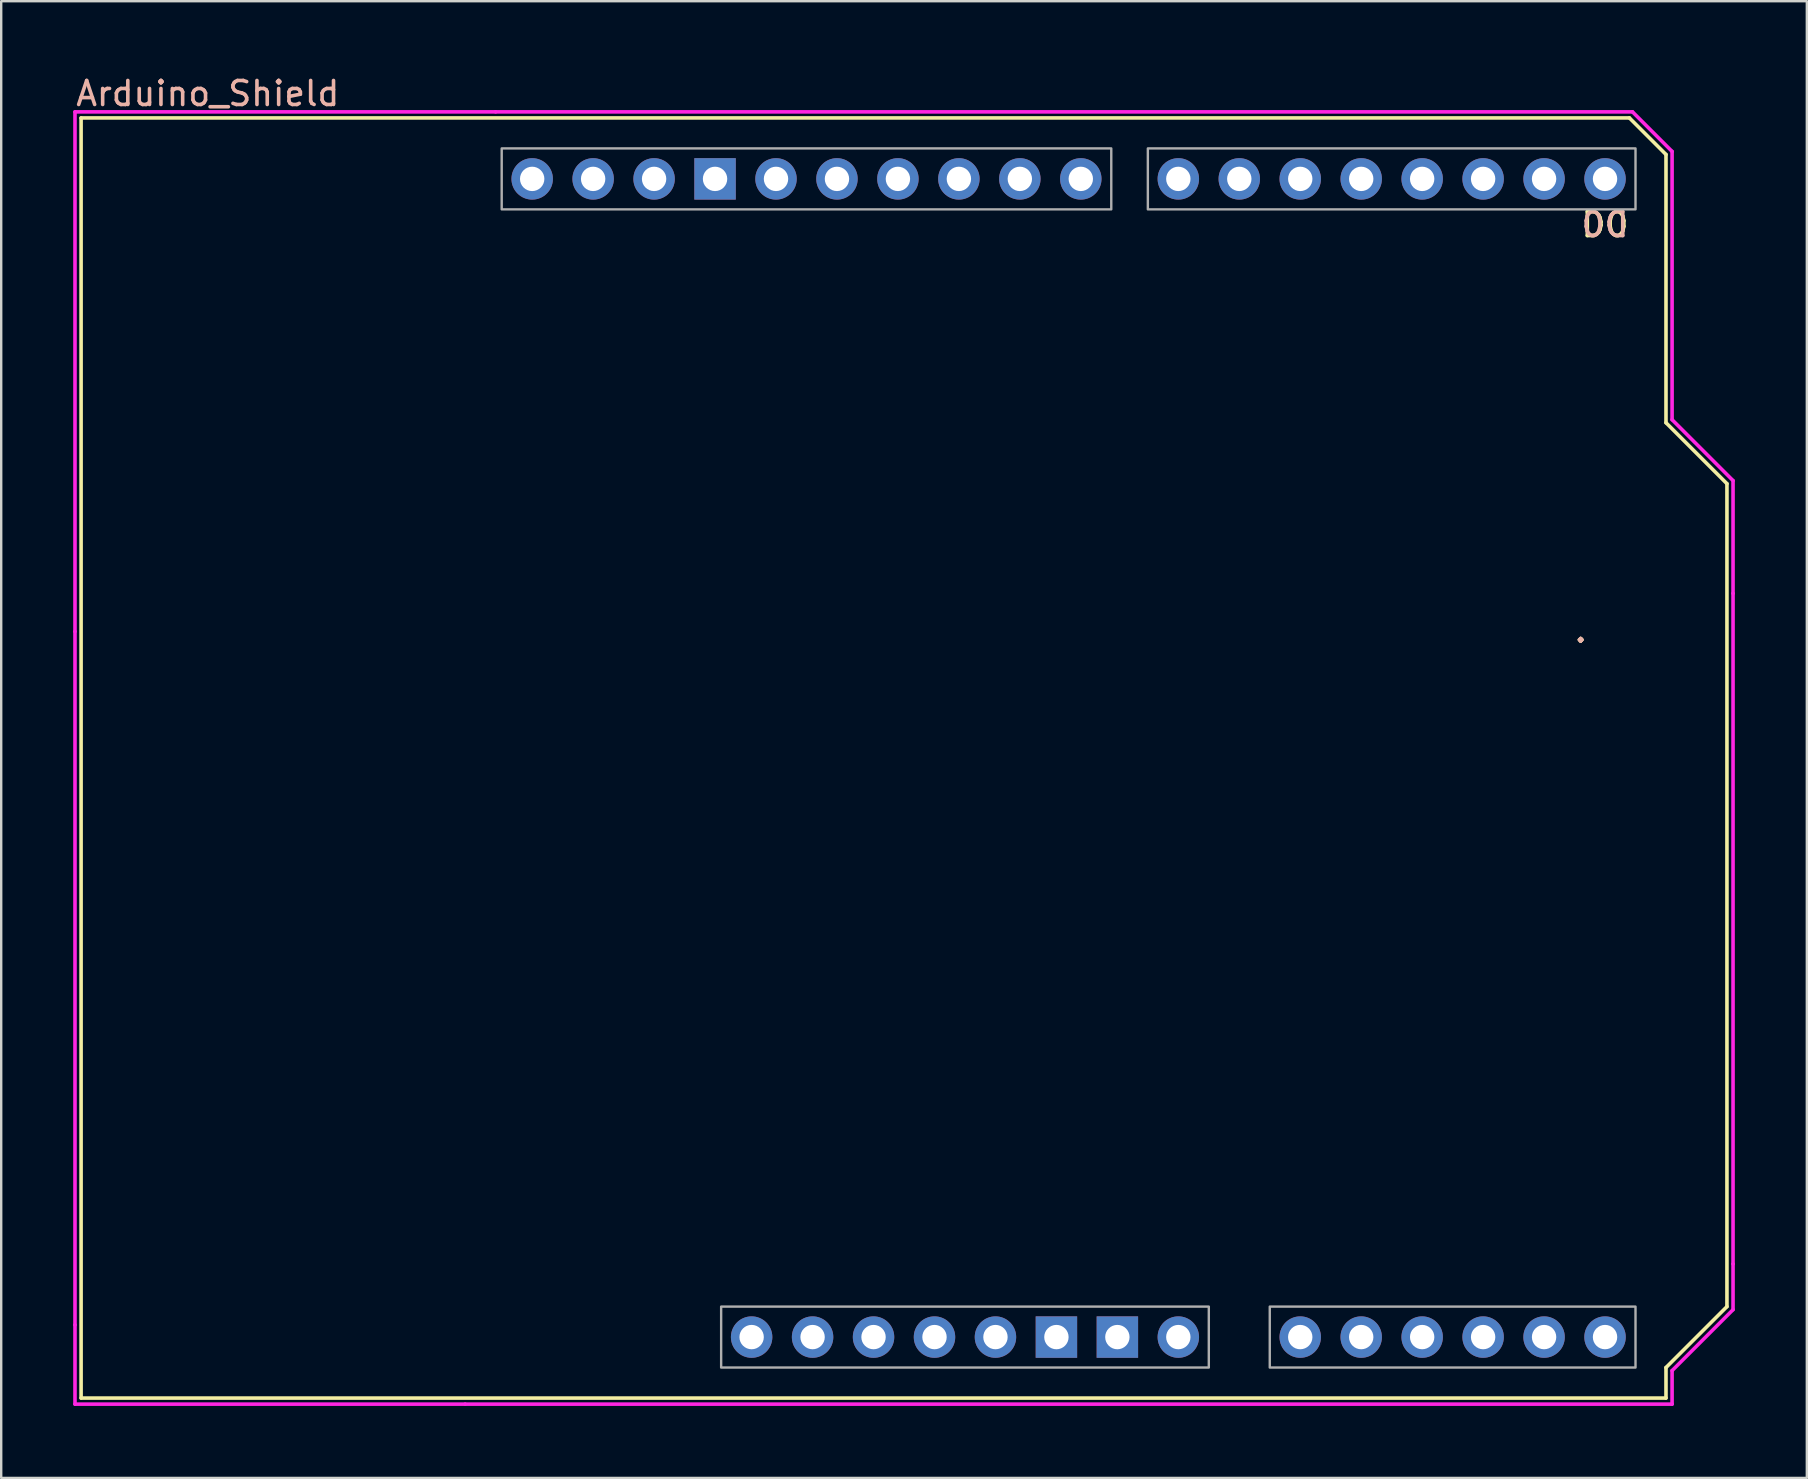
<source format=kicad_pcb>
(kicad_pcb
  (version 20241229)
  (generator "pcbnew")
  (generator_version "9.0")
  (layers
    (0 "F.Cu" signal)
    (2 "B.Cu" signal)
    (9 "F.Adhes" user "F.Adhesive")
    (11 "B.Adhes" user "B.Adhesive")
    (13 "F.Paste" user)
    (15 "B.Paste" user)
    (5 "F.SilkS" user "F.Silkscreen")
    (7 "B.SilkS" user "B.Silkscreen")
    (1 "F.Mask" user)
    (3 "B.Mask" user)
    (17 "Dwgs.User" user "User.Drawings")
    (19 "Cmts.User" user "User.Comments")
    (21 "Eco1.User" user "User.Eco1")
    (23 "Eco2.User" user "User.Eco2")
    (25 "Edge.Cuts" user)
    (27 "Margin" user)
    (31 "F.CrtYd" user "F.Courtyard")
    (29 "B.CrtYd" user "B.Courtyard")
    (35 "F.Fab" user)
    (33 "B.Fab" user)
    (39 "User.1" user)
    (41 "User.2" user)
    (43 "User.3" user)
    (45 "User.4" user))
  (footprint "Arduino_Shield"
    (layer "F.Cu")
    (at 0.329 55.204)
    (property "Reference" "Arduino_Shield" (at 5.28 -54.356 0) (layer "B.SilkS") (effects (font (size 1 1) (thickness 0.15))))
    (attr through_hole)
    (fp_line (start 0 -53.34) (end 0 0) (stroke (width 0.15) (type solid)) (layer "F.SilkS"))
    (fp_line (start 0 -53.34) (end 64.516 -53.34) (stroke (width 0.15) (type solid)) (layer "F.SilkS"))
    (fp_line (start 0 0) (end 66.04 0) (stroke (width 0.15) (type solid)) (layer "F.SilkS"))
    (fp_line (start 64.516 -53.34) (end 66.04 -51.816) (stroke (width 0.15) (type solid)) (layer "F.SilkS"))
    (fp_line (start 66.04 -40.64) (end 66.04 -51.816) (stroke (width 0.15) (type solid)) (layer "F.SilkS"))
    (fp_line (start 66.04 -1.27) (end 68.58 -3.81) (stroke (width 0.15) (type solid)) (layer "F.SilkS"))
    (fp_line (start 66.04 0) (end 66.04 -1.27) (stroke (width 0.15) (type solid)) (layer "F.SilkS"))
    (fp_line (start 68.58 -38.1) (end 66.04 -40.64) (stroke (width 0.15) (type solid)) (layer "F.SilkS"))
    (fp_line (start 68.58 -3.81) (end 68.58 -38.1) (stroke (width 0.15) (type solid)) (layer "F.SilkS"))
    (fp_line (start -0.254 -53.594) (end -0.254 -31.94) (stroke (width 0.15) (type solid)) (layer "F.CrtYd"))
    (fp_line (start -0.254 -31.94) (end -0.254 -3.049) (stroke (width 0.15) (type solid)) (layer "F.CrtYd"))
    (fp_line (start -0.254 -3.049) (end -0.254 0.254) (stroke (width 0.15) (type solid)) (layer "F.CrtYd"))
    (fp_line (start 16.002 0.254) (end -0.254 0.254) (stroke (width 0.15) (type solid)) (layer "F.CrtYd"))
    (fp_line (start 16.002 0.254) (end 66.294 0.254) (stroke (width 0.15) (type solid)) (layer "F.CrtYd"))
    (fp_line (start 17.272 -53.594) (end -0.254 -53.594) (stroke (width 0.15) (type solid)) (layer "F.CrtYd"))
    (fp_line (start 17.272 -53.594) (end 64.643 -53.594) (stroke (width 0.15) (type solid)) (layer "F.CrtYd"))
    (fp_line (start 64.643 -53.594) (end 66.294 -51.943) (stroke (width 0.15) (type solid)) (layer "F.CrtYd"))
    (fp_line (start 66.294 -40.767) (end 66.294 -51.943) (stroke (width 0.15) (type solid)) (layer "F.CrtYd"))
    (fp_line (start 66.294 -1.143) (end 68.834 -3.683) (stroke (width 0.15) (type solid)) (layer "F.CrtYd"))
    (fp_line (start 66.294 0.254) (end 66.294 -1.143) (stroke (width 0.15) (type solid)) (layer "F.CrtYd"))
    (fp_line (start 68.834 -38.227) (end 66.294 -40.767) (stroke (width 0.15) (type solid)) (layer "F.CrtYd"))
    (fp_line (start 68.834 -38.227) (end 68.834 -33.528) (stroke (width 0.15) (type solid)) (layer "F.CrtYd"))
    (fp_line (start 68.834 -5.588) (end 68.834 -33.528) (stroke (width 0.15) (type solid)) (layer "F.CrtYd"))
    (fp_line (start 68.834 -5.588) (end 68.834 -3.683) (stroke (width 0.15) (type solid)) (layer "F.CrtYd"))
    (fp_rect (start 17.526 -52.07) (end 42.926 -49.53) (stroke (width 0.1) (type solid)) (fill no) (layer "F.Fab"))
    (fp_rect (start 26.67 -3.81) (end 46.99 -1.27) (stroke (width 0.1) (type solid)) (fill no) (layer "F.Fab"))
    (fp_rect (start 44.45 -52.07) (end 64.77 -49.53) (stroke (width 0.1) (type solid)) (fill no) (layer "F.Fab"))
    (fp_rect (start 49.53 -3.81) (end 64.77 -1.27) (stroke (width 0.1) (type solid)) (fill no) (layer "F.Fab"))
    (fp_text user "." (at 62.484 -32.004 0) (layer "F.SilkS") (effects (font (size 1 1) (thickness 0.15))))
    (fp_text user "D0" (at 63.5 -48.895 0) (unlocked yes) (layer "F.SilkS") (effects (font (size 1 1) (thickness 0.15))))
    (fp_text user "." (at 62.484 -32.004 0) (layer "B.SilkS") (effects (font (size 1 1) (thickness 0.15))))
    (fp_text user "D0" (at 63.5 -48.895 0) (unlocked yes) (layer "B.SilkS") (effects (font (size 1 1) (thickness 0.15)) (justify mirror)))
    (pad "J1-1" thru_hole oval (at 18.796 -50.8) (size 1.727 1.727) (drill 1.016) (layers "*.Cu" "*.Mask"))
    (pad "J1-2" thru_hole oval (at 21.336 -50.8) (size 1.727 1.727) (drill 1.016) (layers "*.Cu" "*.Mask"))
    (pad "J1-3" thru_hole oval (at 23.876 -50.8) (size 1.727 1.727) (drill 1.016) (layers "*.Cu" "*.Mask"))
    (pad "J1-4" thru_hole rect (at 26.416 -50.8) (size 1.727 1.727) (drill 1.016) (layers "*.Cu" "*.Mask"))
    (pad "J1-5" thru_hole oval (at 28.956 -50.8) (size 1.727 1.727) (drill 1.016) (layers "*.Cu" "*.Mask"))
    (pad "J1-6" thru_hole oval (at 31.496 -50.8) (size 1.727 1.727) (drill 1.016) (layers "*.Cu" "*.Mask"))
    (pad "J1-7" thru_hole oval (at 34.036 -50.8) (size 1.727 1.727) (drill 1.016) (layers "*.Cu" "*.Mask"))
    (pad "J1-8" thru_hole oval (at 36.576 -50.8) (size 1.727 1.727) (drill 1.016) (layers "*.Cu" "*.Mask"))
    (pad "J1-9" thru_hole oval (at 39.116 -50.8) (size 1.727 1.727) (drill 1.016) (layers "*.Cu" "*.Mask"))
    (pad "J1-10" thru_hole oval (at 41.656 -50.8) (size 1.727 1.727) (drill 1.016) (layers "*.Cu" "*.Mask"))
    (pad "J2-1" thru_hole oval (at 45.72 -50.8) (size 1.727 1.727) (drill 1.016) (layers "*.Cu" "*.Mask"))
    (pad "J2-2" thru_hole oval (at 48.26 -50.8) (size 1.727 1.727) (drill 1.016) (layers "*.Cu" "*.Mask"))
    (pad "J2-3" thru_hole oval (at 50.8 -50.8) (size 1.727 1.727) (drill 1.016) (layers "*.Cu" "*.Mask"))
    (pad "J2-4" thru_hole oval (at 53.34 -50.8) (size 1.727 1.727) (drill 1.016) (layers "*.Cu" "*.Mask"))
    (pad "J2-5" thru_hole oval (at 55.88 -50.8) (size 1.727 1.727) (drill 1.016) (layers "*.Cu" "*.Mask"))
    (pad "J2-6" thru_hole oval (at 58.42 -50.8) (size 1.727 1.727) (drill 1.016) (layers "*.Cu" "*.Mask"))
    (pad "J2-7" thru_hole oval (at 60.96 -50.8) (size 1.727 1.727) (drill 1.016) (layers "*.Cu" "*.Mask"))
    (pad "J2-8" thru_hole oval (at 63.5 -50.8) (size 1.727 1.727) (drill 1.016) (layers "*.Cu" "*.Mask"))
    (pad "J3-1" thru_hole oval (at 27.94 -2.54) (size 1.727 1.727) (drill 1.016) (layers "*.Cu" "*.Mask"))
    (pad "J3-2" thru_hole oval (at 30.48 -2.54) (size 1.727 1.727) (drill 1.016) (layers "*.Cu" "*.Mask"))
    (pad "J3-3" thru_hole oval (at 33.02 -2.54) (size 1.727 1.727) (drill 1.016) (layers "*.Cu" "*.Mask"))
    (pad "J3-4" thru_hole oval (at 35.56 -2.54) (size 1.727 1.727) (drill 1.016) (layers "*.Cu" "*.Mask"))
    (pad "J3-5" thru_hole oval (at 38.1 -2.54) (size 1.727 1.727) (drill 1.016) (layers "*.Cu" "*.Mask"))
    (pad "J3-6" thru_hole rect (at 40.64 -2.54) (size 1.727 1.727) (drill 1.016) (layers "*.Cu" "*.Mask"))
    (pad "J3-7" thru_hole rect (at 43.18 -2.54) (size 1.727 1.727) (drill 1.016) (layers "*.Cu" "*.Mask"))
    (pad "J3-8" thru_hole oval (at 45.72 -2.54) (size 1.727 1.727) (drill 1.016) (layers "*.Cu" "*.Mask"))
    (pad "J4-1" thru_hole oval (at 50.8 -2.54) (size 1.727 1.727) (drill 1.016) (layers "*.Cu" "*.Mask"))
    (pad "J4-2" thru_hole oval (at 53.34 -2.54) (size 1.727 1.727) (drill 1.016) (layers "*.Cu" "*.Mask"))
    (pad "J4-3" thru_hole oval (at 55.88 -2.54) (size 1.727 1.727) (drill 1.016) (layers "*.Cu" "*.Mask"))
    (pad "J4-4" thru_hole oval (at 58.42 -2.54) (size 1.727 1.727) (drill 1.016) (layers "*.Cu" "*.Mask"))
    (pad "J4-5" thru_hole oval (at 60.96 -2.54) (size 1.727 1.727) (drill 1.016) (layers "*.Cu" "*.Mask"))
    (pad "J4-6" thru_hole oval (at 63.5 -2.54) (size 1.727 1.727) (drill 1.016) (layers "*.Cu" "*.Mask")))
  (gr_rect
    (start -3 -3)
    (end 72.238 58.533)
    (stroke (width 0.1) (type default))
    (fill no)
    (layer "Edge.Cuts")))
</source>
